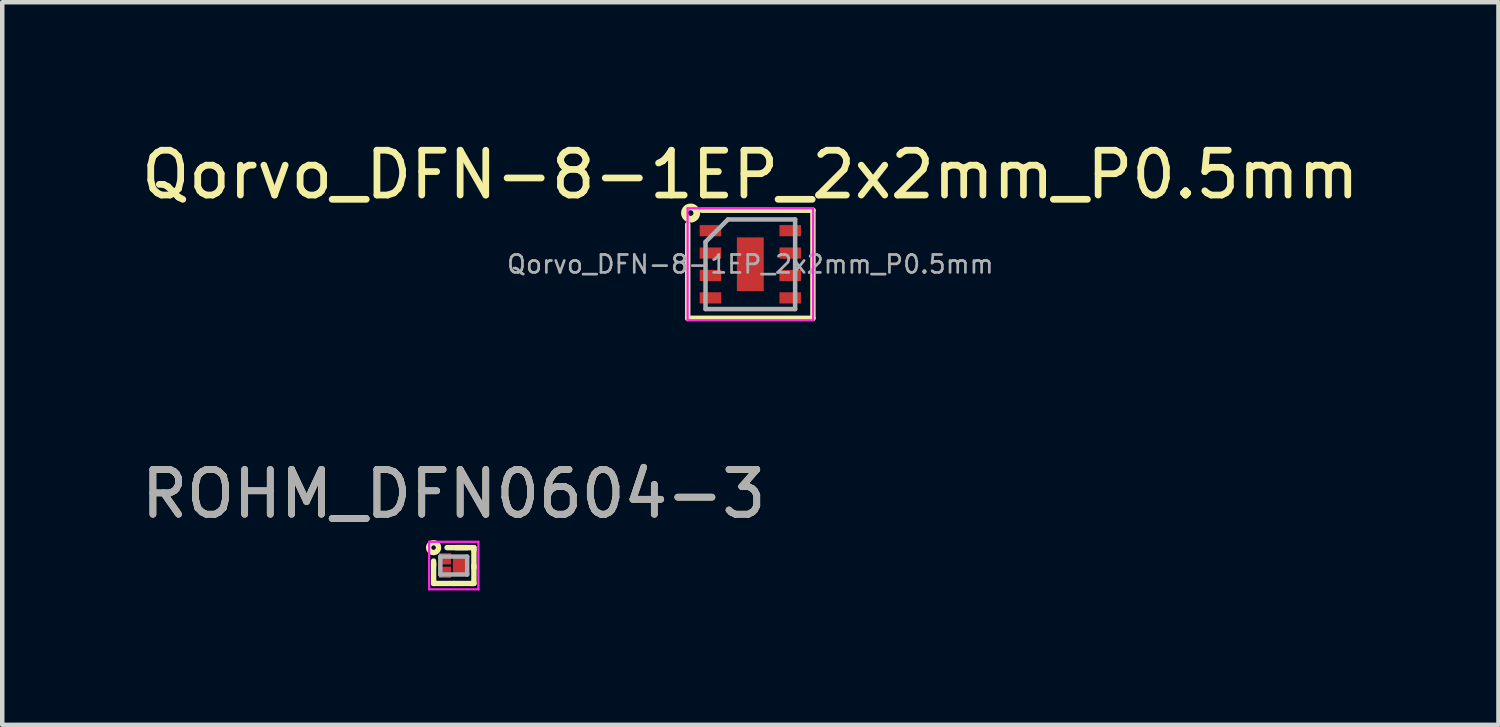
<source format=kicad_pcb>
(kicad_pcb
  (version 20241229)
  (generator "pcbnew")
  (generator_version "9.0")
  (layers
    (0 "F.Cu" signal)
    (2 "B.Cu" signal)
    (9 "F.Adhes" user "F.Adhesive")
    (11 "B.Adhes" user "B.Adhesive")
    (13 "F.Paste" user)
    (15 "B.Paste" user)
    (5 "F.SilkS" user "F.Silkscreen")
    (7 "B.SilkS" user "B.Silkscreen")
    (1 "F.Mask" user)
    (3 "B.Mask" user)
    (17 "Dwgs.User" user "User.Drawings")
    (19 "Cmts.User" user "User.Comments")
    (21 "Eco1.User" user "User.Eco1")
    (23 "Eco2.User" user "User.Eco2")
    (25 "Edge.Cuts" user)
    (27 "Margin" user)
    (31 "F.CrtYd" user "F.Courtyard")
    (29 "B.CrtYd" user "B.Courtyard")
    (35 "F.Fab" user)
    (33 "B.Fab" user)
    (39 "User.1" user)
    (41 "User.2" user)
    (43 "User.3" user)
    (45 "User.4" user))
  (footprint "Qorvo_DFN-8-1EP_2x2mm_P0.5mm"
    (layer "F.Cu")
    (at 13.696 2.848)
    (property "Reference" "Qorvo_DFN-8-1EP_2x2mm_P0.5mm" (at 0 -2 0) (layer "F.SilkS") (effects (font (size 1 1) (thickness 0.15))))
    (attr smd)
    (fp_line (start -1.397 -0.889) (end -1.397 1.206) (stroke (width 0.12) (type solid)) (layer "F.SilkS"))
    (fp_line (start -1.397 1.206) (end 1.397 1.206) (stroke (width 0.12) (type solid)) (layer "F.SilkS"))
    (fp_line (start 1.397 -1.206) (end -1.079 -1.206) (stroke (width 0.12) (type solid)) (layer "F.SilkS"))
    (fp_line (start 1.397 1.206) (end 1.397 -1.206) (stroke (width 0.12) (type solid)) (layer "F.SilkS"))
    (fp_circle (center -1.333 -1.143) (end -1.27 -1.143) (stroke (width 0.15) (type solid)) (fill no) (layer "F.SilkS"))
    (fp_line (start -1.4 -1.25) (end -1.4 1.25) (stroke (width 0.05) (type solid)) (layer "F.CrtYd"))
    (fp_line (start -1.4 -1.25) (end 1.4 -1.25) (stroke (width 0.05) (type solid)) (layer "F.CrtYd"))
    (fp_line (start -1.4 1.25) (end 1.4 1.25) (stroke (width 0.05) (type solid)) (layer "F.CrtYd"))
    (fp_line (start 1.4 -1.25) (end 1.4 1.25) (stroke (width 0.05) (type solid)) (layer "F.CrtYd"))
    (fp_line (start -1 -0.5) (end -0.5 -1) (stroke (width 0.1) (type solid)) (layer "F.Fab"))
    (fp_line (start -1 1) (end -1 -0.5) (stroke (width 0.1) (type solid)) (layer "F.Fab"))
    (fp_line (start -0.5 -1) (end 1 -1) (stroke (width 0.1) (type solid)) (layer "F.Fab"))
    (fp_line (start 1 -1) (end 1 1) (stroke (width 0.1) (type solid)) (layer "F.Fab"))
    (fp_line (start 1 1) (end -1 1) (stroke (width 0.1) (type solid)) (layer "F.Fab"))
    (fp_text user "${REFERENCE}" (at 0 0 0) (layer "F.Fab") (effects (font (size 0.4 0.4) (thickness 0.06))))
    (pad "1" smd rect (at -0.89 -0.75) (size 0.48 0.25) (layers "F.Cu" "F.Mask" "F.Paste"))
    (pad "2" smd rect (at -0.89 -0.25) (size 0.48 0.25) (layers "F.Cu" "F.Mask" "F.Paste"))
    (pad "3" smd rect (at -0.89 0.25) (size 0.48 0.25) (layers "F.Cu" "F.Mask" "F.Paste"))
    (pad "4" smd rect (at -0.89 0.75) (size 0.48 0.25) (layers "F.Cu" "F.Mask" "F.Paste"))
    (pad "5" smd rect (at 0.89 0.75) (size 0.48 0.25) (layers "F.Cu" "F.Mask" "F.Paste"))
    (pad "6" smd rect (at 0.89 0.25) (size 0.48 0.25) (layers "F.Cu" "F.Mask" "F.Paste"))
    (pad "7" smd rect (at 0.89 -0.25) (size 0.48 0.25) (layers "F.Cu" "F.Mask" "F.Paste"))
    (pad "8" smd rect (at 0.89 -0.75) (size 0.48 0.25) (layers "F.Cu" "F.Mask" "F.Paste"))
    (pad "9" smd rect (at 0 0) (size 0.6 1.2) (layers "F.Cu" "F.Mask" "F.Paste")))
  (footprint "ROHM_DFN0604-3"
    (layer "F.Cu")
    (at 7.077 9.572)
    (property "Reference" "ROHM_DFN0604-3" (at 0 -1.6 0) (layer "F.SilkS") (effects (font (size 1 1) (thickness 0.15))))
    (attr smd)
    (fp_line (start -0.45 -0.1) (end -0.45 0) (stroke (width 0.12) (type solid)) (layer "F.SilkS"))
    (fp_line (start -0.45 -0.05) (end -0.45 0.35) (stroke (width 0.12) (type solid)) (layer "F.SilkS"))
    (fp_line (start -0.45 0.35) (end -0.45 0.4) (stroke (width 0.12) (type solid)) (layer "F.SilkS"))
    (fp_line (start -0.45 0.4) (end 0 0.4) (stroke (width 0.12) (type solid)) (layer "F.SilkS"))
    (fp_line (start 0 0.4) (end 0.4 0.4) (stroke (width 0.12) (type solid)) (layer "F.SilkS"))
    (fp_line (start 0.3 -0.4) (end -0.15 -0.4) (stroke (width 0.12) (type solid)) (layer "F.SilkS"))
    (fp_line (start 0.4 0.4) (end 0.45 0.4) (stroke (width 0.12) (type solid)) (layer "F.SilkS"))
    (fp_line (start 0.45 -0.4) (end 0.05 -0.4) (stroke (width 0.12) (type solid)) (layer "F.SilkS"))
    (fp_line (start 0.45 -0.35) (end 0.45 -0.4) (stroke (width 0.12) (type solid)) (layer "F.SilkS"))
    (fp_line (start 0.45 0.05) (end 0.45 -0.35) (stroke (width 0.12) (type solid)) (layer "F.SilkS"))
    (fp_line (start 0.45 0.4) (end 0.45 0) (stroke (width 0.12) (type solid)) (layer "F.SilkS"))
    (fp_circle (center -0.45 -0.4) (end -0.4 -0.4) (stroke (width 0.12) (type solid)) (fill no) (layer "F.SilkS"))
    (fp_line (start -0.55 -0.53) (end 0.55 -0.53) (stroke (width 0.05) (type solid)) (layer "F.CrtYd"))
    (fp_line (start -0.55 0.53) (end -0.55 -0.53) (stroke (width 0.05) (type solid)) (layer "F.CrtYd"))
    (fp_line (start 0.55 -0.53) (end 0.55 0.53) (stroke (width 0.05) (type solid)) (layer "F.CrtYd"))
    (fp_line (start 0.55 0.53) (end -0.55 0.53) (stroke (width 0.05) (type solid)) (layer "F.CrtYd"))
    (fp_line (start -0.3 -0.2) (end 0.3 -0.2) (stroke (width 0.1) (type solid)) (layer "F.Fab"))
    (fp_line (start -0.3 0.2) (end -0.3 -0.2) (stroke (width 0.1) (type solid)) (layer "F.Fab"))
    (fp_line (start 0.3 -0.2) (end 0.3 0.2) (stroke (width 0.1) (type solid)) (layer "F.Fab"))
    (fp_line (start 0.3 0.2) (end -0.3 0.2) (stroke (width 0.1) (type solid)) (layer "F.Fab"))
    (fp_text user "${REFERENCE}" (at 0 -1.6 0) (layer "F.Fab") (effects (font (size 1 1) (thickness 0.15))))
    (pad "1" smd rect (at -0.195 -0.15 270) (size 0.25 0.27) (layers "F.Cu" "F.Mask" "F.Paste"))
    (pad "2" smd rect (at -0.195 0.15 270) (size 0.25 0.27) (layers "F.Cu" "F.Mask" "F.Paste"))
    (pad "3" smd rect (at 0.155 0 270) (size 0.35 0.35) (layers "F.Cu" "F.Mask" "F.Paste")))
  (gr_rect
    (start -3 -3)
    (end 30.393 13.127)
    (stroke (width 0.1) (type default))
    (fill no)
    (layer "Edge.Cuts")))
</source>
